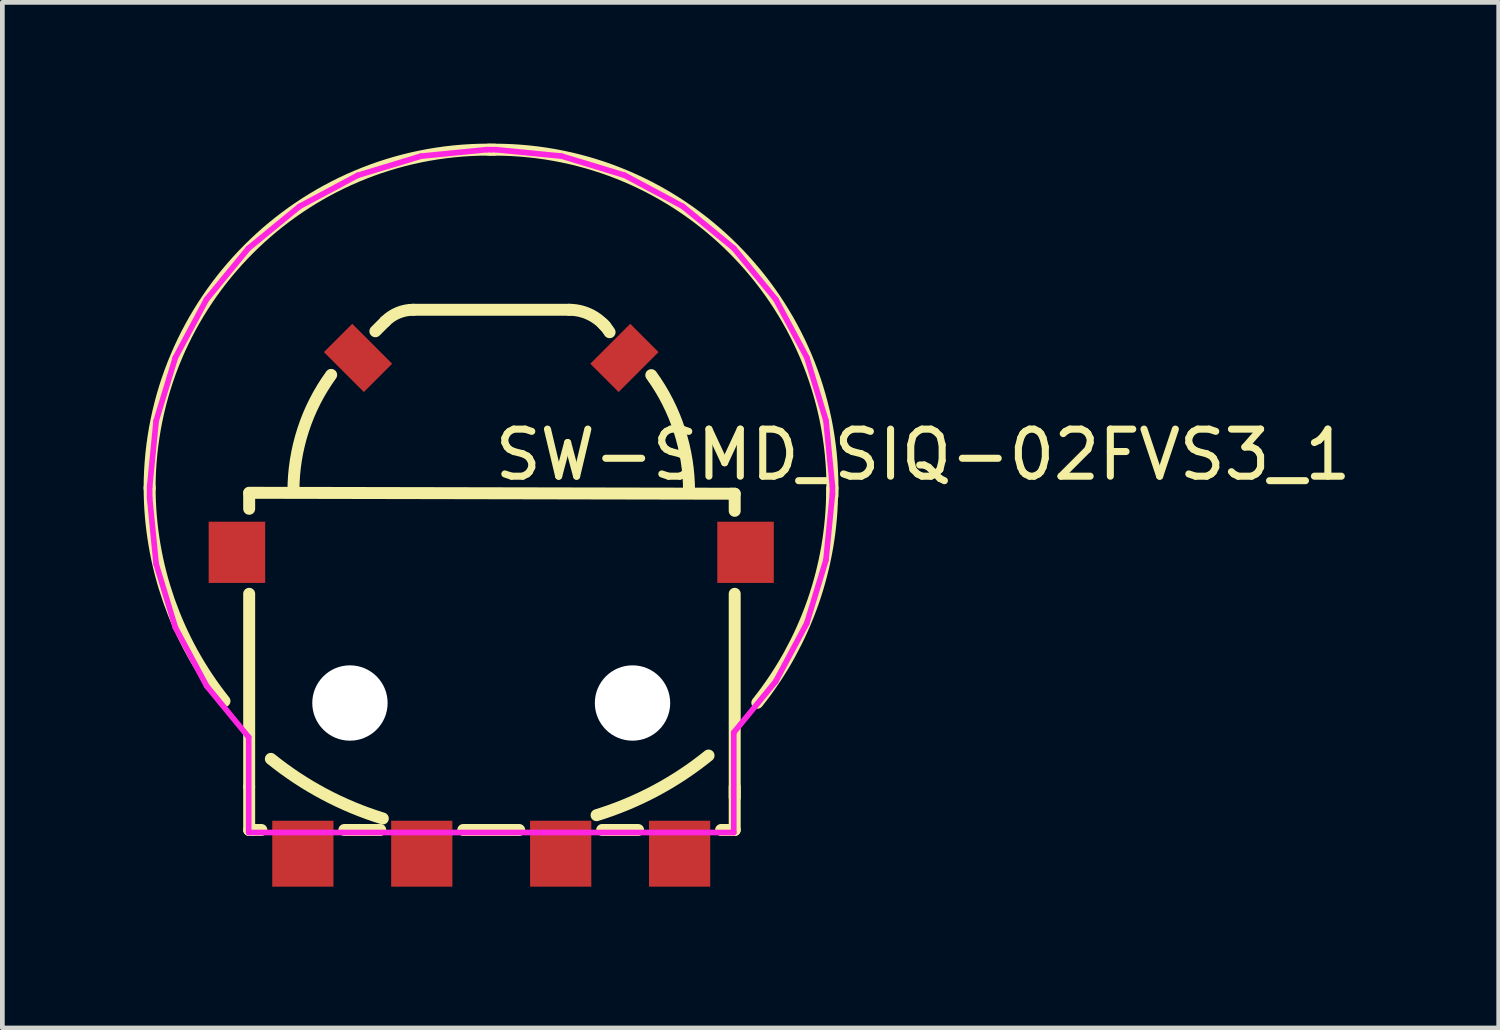
<source format=kicad_pcb>
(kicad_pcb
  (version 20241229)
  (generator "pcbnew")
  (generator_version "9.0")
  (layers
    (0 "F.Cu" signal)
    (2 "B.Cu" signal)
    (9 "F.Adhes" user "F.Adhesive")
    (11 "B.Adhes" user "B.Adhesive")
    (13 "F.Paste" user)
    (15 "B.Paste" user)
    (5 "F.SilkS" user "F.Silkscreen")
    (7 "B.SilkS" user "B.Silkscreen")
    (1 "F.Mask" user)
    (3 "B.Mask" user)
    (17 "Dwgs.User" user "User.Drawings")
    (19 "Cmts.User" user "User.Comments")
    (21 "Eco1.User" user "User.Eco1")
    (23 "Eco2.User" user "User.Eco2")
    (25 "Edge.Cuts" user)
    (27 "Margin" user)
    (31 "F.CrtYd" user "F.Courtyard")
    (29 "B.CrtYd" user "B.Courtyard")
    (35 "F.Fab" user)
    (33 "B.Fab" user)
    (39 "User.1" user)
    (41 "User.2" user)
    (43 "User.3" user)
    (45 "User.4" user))
  (footprint "SW-SMD_SIQ-02FVS3_1"
    (layer "F.Cu")
    (at 7.381 9.814)
    (property "Reference" "SW-SMD_SIQ-02FVS3_1" (at 0 -3.207 0) (layer "F.SilkS") (effects (font (size 1 1) (thickness 0.15)) (justify left)))
    (attr through_hole)
    (fp_line (start -5.14 -2.4) (end 5.1 -2.38) (stroke (width 0.254) (type solid)) (layer "F.SilkS"))
    (fp_line (start -5.14 -2.06) (end -5.14 -2.393) (stroke (width 0.254) (type solid)) (layer "F.SilkS"))
    (fp_line (start -5.14 3.845) (end -5.14 -0.255) (stroke (width 0.254) (type solid)) (layer "F.SilkS"))
    (fp_line (start -5.14 4.76) (end -5.14 3.845) (stroke (width 0.254) (type solid)) (layer "F.SilkS"))
    (fp_line (start -5.04 4.76) (end -5.14 4.76) (stroke (width 0.254) (type solid)) (layer "F.SilkS"))
    (fp_line (start -4.881 4.76) (end -5.04 4.76) (stroke (width 0.254) (type solid)) (layer "F.SilkS"))
    (fp_line (start -2.356 4.76) (end -3.119 4.76) (stroke (width 0.254) (type solid)) (layer "F.SilkS"))
    (fp_line (start -2.251 -6.039) (end -2.46 -5.83) (stroke (width 0.254) (type solid)) (layer "F.SilkS"))
    (fp_line (start -1.655 -6.286) (end 1.655 -6.286) (stroke (width 0.254) (type solid)) (layer "F.SilkS"))
    (fp_line (start 0 -9.686) (end -0.057 -9.686) (stroke (width 0.254) (type solid)) (layer "F.SilkS"))
    (fp_line (start 0.063 -9.686) (end 0 -9.686) (stroke (width 0.254) (type solid)) (layer "F.SilkS"))
    (fp_line (start 0.594 4.76) (end -0.594 4.76) (stroke (width 0.254) (type solid)) (layer "F.SilkS"))
    (fp_line (start 2.37 -5.99) (end 2.42 -5.94) (stroke (width 0.254) (type solid)) (layer "F.SilkS"))
    (fp_line (start 3.119 4.76) (end 2.356 4.76) (stroke (width 0.254) (type solid)) (layer "F.SilkS"))
    (fp_line (start 5.1 -2.38) (end 5.17 -2.38) (stroke (width 0.254) (type solid)) (layer "F.SilkS"))
    (fp_line (start 5.17 -2.38) (end 5.17 -2.017) (stroke (width 0.254) (type solid)) (layer "F.SilkS"))
    (fp_line (start 5.17 -0.255) (end 5.17 4.068) (stroke (width 0.254) (type solid)) (layer "F.SilkS"))
    (fp_line (start 5.17 3.845) (end 5.17 4.76) (stroke (width 0.254) (type solid)) (layer "F.SilkS"))
    (fp_line (start 5.17 4.76) (end 4.881 4.76) (stroke (width 0.254) (type solid)) (layer "F.SilkS"))
    (fp_line (start 7.246 -2.503) (end 7.246 -2.336) (stroke (width 0.254) (type solid)) (layer "F.SilkS"))
    (fp_arc (start -7.254 -2.49) (mid -5.146048 -7.579048) (end -0.057 -9.687) (stroke (width 0.254) (type solid)) (layer "F.SilkS"))
    (fp_arc (start -5.664 2.023) (mid -6.844656 -0.111389) (end -7.253515 -2.51605) (stroke (width 0.254) (type solid)) (layer "F.SilkS"))
    (fp_arc (start -4.199915 -2.435359) (mid -3.99477 -3.732572) (end -3.399 -4.903) (stroke (width 0.254) (type solid)) (layer "F.SilkS"))
    (fp_arc (start -2.302 4.516) (mid -3.551396 3.996751) (end -4.679517 3.24979) (stroke (width 0.254) (type solid)) (layer "F.SilkS"))
    (fp_arc (start -2.251 -6.039) (mid -1.977936 -6.221788) (end -1.655707 -6.286164) (stroke (width 0.254) (type solid)) (layer "F.SilkS"))
    (fp_arc (start 0.063 -9.686) (mid 5.142148 -7.582148) (end 7.246 -2.503) (stroke (width 0.254) (type solid)) (layer "F.SilkS"))
    (fp_arc (start 1.655843 -6.286132) (mid 2.145997 -6.158918) (end 2.513 -5.81) (stroke (width 0.254) (type solid)) (layer "F.SilkS"))
    (fp_arc (start 3.399 -4.898) (mid 3.995075 -3.727535) (end 4.200503 -2.430194) (stroke (width 0.254) (type solid)) (layer "F.SilkS"))
    (fp_arc (start 4.614427 3.179431) (mid 3.486367 3.926567) (end 2.237 4.446) (stroke (width 0.254) (type solid)) (layer "F.SilkS"))
    (fp_arc (start 7.239515 -2.480041) (mid 6.830654 -0.075384) (end 5.65 2.059) (stroke (width 0.254) (type solid)) (layer "F.SilkS"))
    (fp_circle (center -3 2.064) (end -2.75 2.064) (stroke (width 0.5) (type solid)) (fill no) (layer "Dwgs.User"))
    (fp_circle (center 3 2.064) (end 3.25 2.064) (stroke (width 0.5) (type solid)) (fill no) (layer "Dwgs.User"))
    (fp_circle (center -7.253 5.164) (end -7.223 5.164) (stroke (width 0.06) (type solid)) (fill no) (layer "Eco2.User"))
    (fp_poly (pts (xy -5.65 -1.636) (xy -5.15 -1.636) (xy -5.15 -0.636) (xy -5.65 -0.636)) (stroke (width 0.12) (type solid)) (fill no) (layer "Eco2.User"))
    (fp_poly (pts (xy -4.5 4.664) (xy -3.5 4.664) (xy -3.5 5.164) (xy -4.5 5.164)) (stroke (width 0.12) (type solid)) (fill no) (layer "Eco2.User"))
    (fp_poly (pts (xy -2.722 -5.724) (xy -2.369 -5.37) (xy -2.934 -4.805) (xy -3.288 -5.158)) (stroke (width 0.12) (type solid)) (fill no) (layer "Eco2.User"))
    (fp_poly (pts (xy -1.975 4.664) (xy -0.975 4.664) (xy -0.975 5.164) (xy -1.975 5.164)) (stroke (width 0.12) (type solid)) (fill no) (layer "Eco2.User"))
    (fp_poly (pts (xy 0.975 4.664) (xy 1.975 4.664) (xy 1.975 5.164) (xy 0.975 5.164)) (stroke (width 0.12) (type solid)) (fill no) (layer "Eco2.User"))
    (fp_poly (pts (xy 3.288 -5.158) (xy 2.934 -4.805) (xy 2.369 -5.37) (xy 2.722 -5.724)) (stroke (width 0.12) (type solid)) (fill no) (layer "Eco2.User"))
    (fp_poly (pts (xy 3.5 4.664) (xy 4.5 4.664) (xy 4.5 5.164) (xy 3.5 5.164)) (stroke (width 0.12) (type solid)) (fill no) (layer "Eco2.User"))
    (fp_poly (pts (xy 5.15 -1.636) (xy 5.65 -1.636) (xy 5.65 -0.636) (xy 5.15 -0.636)) (stroke (width 0.12) (type solid)) (fill no) (layer "Eco2.User"))
    (fp_line (start -7.253 -2.529) (end -7.253 -2.288) (stroke (width 0.12) (type solid)) (layer "F.CrtYd"))
    (fp_line (start -7.253 -2.288) (end -7.115 -0.887) (stroke (width 0.12) (type solid)) (layer "F.CrtYd"))
    (fp_line (start -7.116 -3.925) (end -7.253 -2.529) (stroke (width 0.12) (type solid)) (layer "F.CrtYd"))
    (fp_line (start -7.115 -0.887) (end -6.707 0.46) (stroke (width 0.12) (type solid)) (layer "F.CrtYd"))
    (fp_line (start -6.708 -5.268) (end -7.116 -3.925) (stroke (width 0.12) (type solid)) (layer "F.CrtYd"))
    (fp_line (start -6.707 0.46) (end -6.043 1.702) (stroke (width 0.12) (type solid)) (layer "F.CrtYd"))
    (fp_line (start -6.047 -6.505) (end -6.708 -5.268) (stroke (width 0.12) (type solid)) (layer "F.CrtYd"))
    (fp_line (start -6.043 1.702) (end -5.15 2.79) (stroke (width 0.12) (type solid)) (layer "F.CrtYd"))
    (fp_line (start -5.157 -7.59) (end -6.047 -6.505) (stroke (width 0.12) (type solid)) (layer "F.CrtYd"))
    (fp_line (start -5.15 2.79) (end -5.15 4.814) (stroke (width 0.12) (type solid)) (layer "F.CrtYd"))
    (fp_line (start -5.15 4.814) (end 5.15 4.814) (stroke (width 0.12) (type solid)) (layer "F.CrtYd"))
    (fp_line (start -4.072 -8.48) (end -5.157 -7.59) (stroke (width 0.12) (type solid)) (layer "F.CrtYd"))
    (fp_line (start -2.835 -9.141) (end -4.072 -8.48) (stroke (width 0.12) (type solid)) (layer "F.CrtYd"))
    (fp_line (start -1.492 -9.548) (end -2.835 -9.141) (stroke (width 0.12) (type solid)) (layer "F.CrtYd"))
    (fp_line (start -0.096 -9.686) (end -1.492 -9.548) (stroke (width 0.12) (type solid)) (layer "F.CrtYd"))
    (fp_line (start 0 -9.686) (end -0.096 -9.686) (stroke (width 0.12) (type solid)) (layer "F.CrtYd"))
    (fp_line (start 0.098 -9.686) (end 0 -9.686) (stroke (width 0.12) (type solid)) (layer "F.CrtYd"))
    (fp_line (start 1.493 -9.549) (end 0.098 -9.686) (stroke (width 0.12) (type solid)) (layer "F.CrtYd"))
    (fp_line (start 2.833 -9.142) (end 1.493 -9.549) (stroke (width 0.12) (type solid)) (layer "F.CrtYd"))
    (fp_line (start 4.069 -8.481) (end 2.833 -9.142) (stroke (width 0.12) (type solid)) (layer "F.CrtYd"))
    (fp_line (start 5.15 2.69) (end 6.04 1.606) (stroke (width 0.12) (type solid)) (layer "F.CrtYd"))
    (fp_line (start 5.15 4.814) (end 5.15 2.69) (stroke (width 0.12) (type solid)) (layer "F.CrtYd"))
    (fp_line (start 5.152 -7.592) (end 4.069 -8.481) (stroke (width 0.12) (type solid)) (layer "F.CrtYd"))
    (fp_line (start 6.04 1.606) (end 6.701 0.369) (stroke (width 0.12) (type solid)) (layer "F.CrtYd"))
    (fp_line (start 6.041 -6.509) (end 5.152 -7.592) (stroke (width 0.12) (type solid)) (layer "F.CrtYd"))
    (fp_line (start 6.701 -5.274) (end 6.041 -6.509) (stroke (width 0.12) (type solid)) (layer "F.CrtYd"))
    (fp_line (start 6.701 0.369) (end 7.108 -0.973) (stroke (width 0.12) (type solid)) (layer "F.CrtYd"))
    (fp_line (start 7.108 -3.933) (end 6.701 -5.274) (stroke (width 0.12) (type solid)) (layer "F.CrtYd"))
    (fp_line (start 7.108 -0.973) (end 7.245 -2.369) (stroke (width 0.12) (type solid)) (layer "F.CrtYd"))
    (fp_line (start 7.245 -2.539) (end 7.108 -3.933) (stroke (width 0.12) (type solid)) (layer "F.CrtYd"))
    (fp_line (start 7.245 -2.369) (end 7.245 -2.539) (stroke (width 0.12) (type solid)) (layer "F.CrtYd"))
    (pad "" np_thru_hole circle (at -3 2.064) (size 1.6 1.6) (drill 1.6) (layers "*.Cu" "*.Mask"))
    (pad "" np_thru_hole circle (at 3 2.064) (size 1.6 1.6) (drill 1.6) (layers "*.Cu" "*.Mask"))
    (pad "0" smd rect (at -5.4 -1.136) (size 1.2 1.3) (layers "F.Cu" "F.Mask" "F.Paste"))
    (pad "0" smd rect (at -2.828 -5.264 45) (size 0.85 1.2) (layers "F.Cu" "F.Mask" "F.Paste"))
    (pad "0" smd rect (at 2.828 -5.264 135) (size 0.85 1.2) (layers "F.Cu" "F.Mask" "F.Paste"))
    (pad "0" smd rect (at 5.4 -1.136) (size 1.2 1.3) (layers "F.Cu" "F.Mask" "F.Paste"))
    (pad "A" smd rect (at -4 5.264) (size 1.3 1.4) (layers "F.Cu" "F.Mask" "F.Paste"))
    (pad "B" smd rect (at 4 5.264) (size 1.3 1.4) (layers "F.Cu" "F.Mask" "F.Paste"))
    (pad "C" smd rect (at 1.475 5.264) (size 1.3 1.4) (layers "F.Cu" "F.Mask" "F.Paste"))
    (pad "S" smd rect (at -1.475 5.264) (size 1.3 1.4) (layers "F.Cu" "F.Mask" "F.Paste")))
  (gr_rect
    (start -3 -3)
    (end 28.774 18.778)
    (stroke (width 0.1) (type default))
    (fill no)
    (layer "Edge.Cuts")))
</source>
